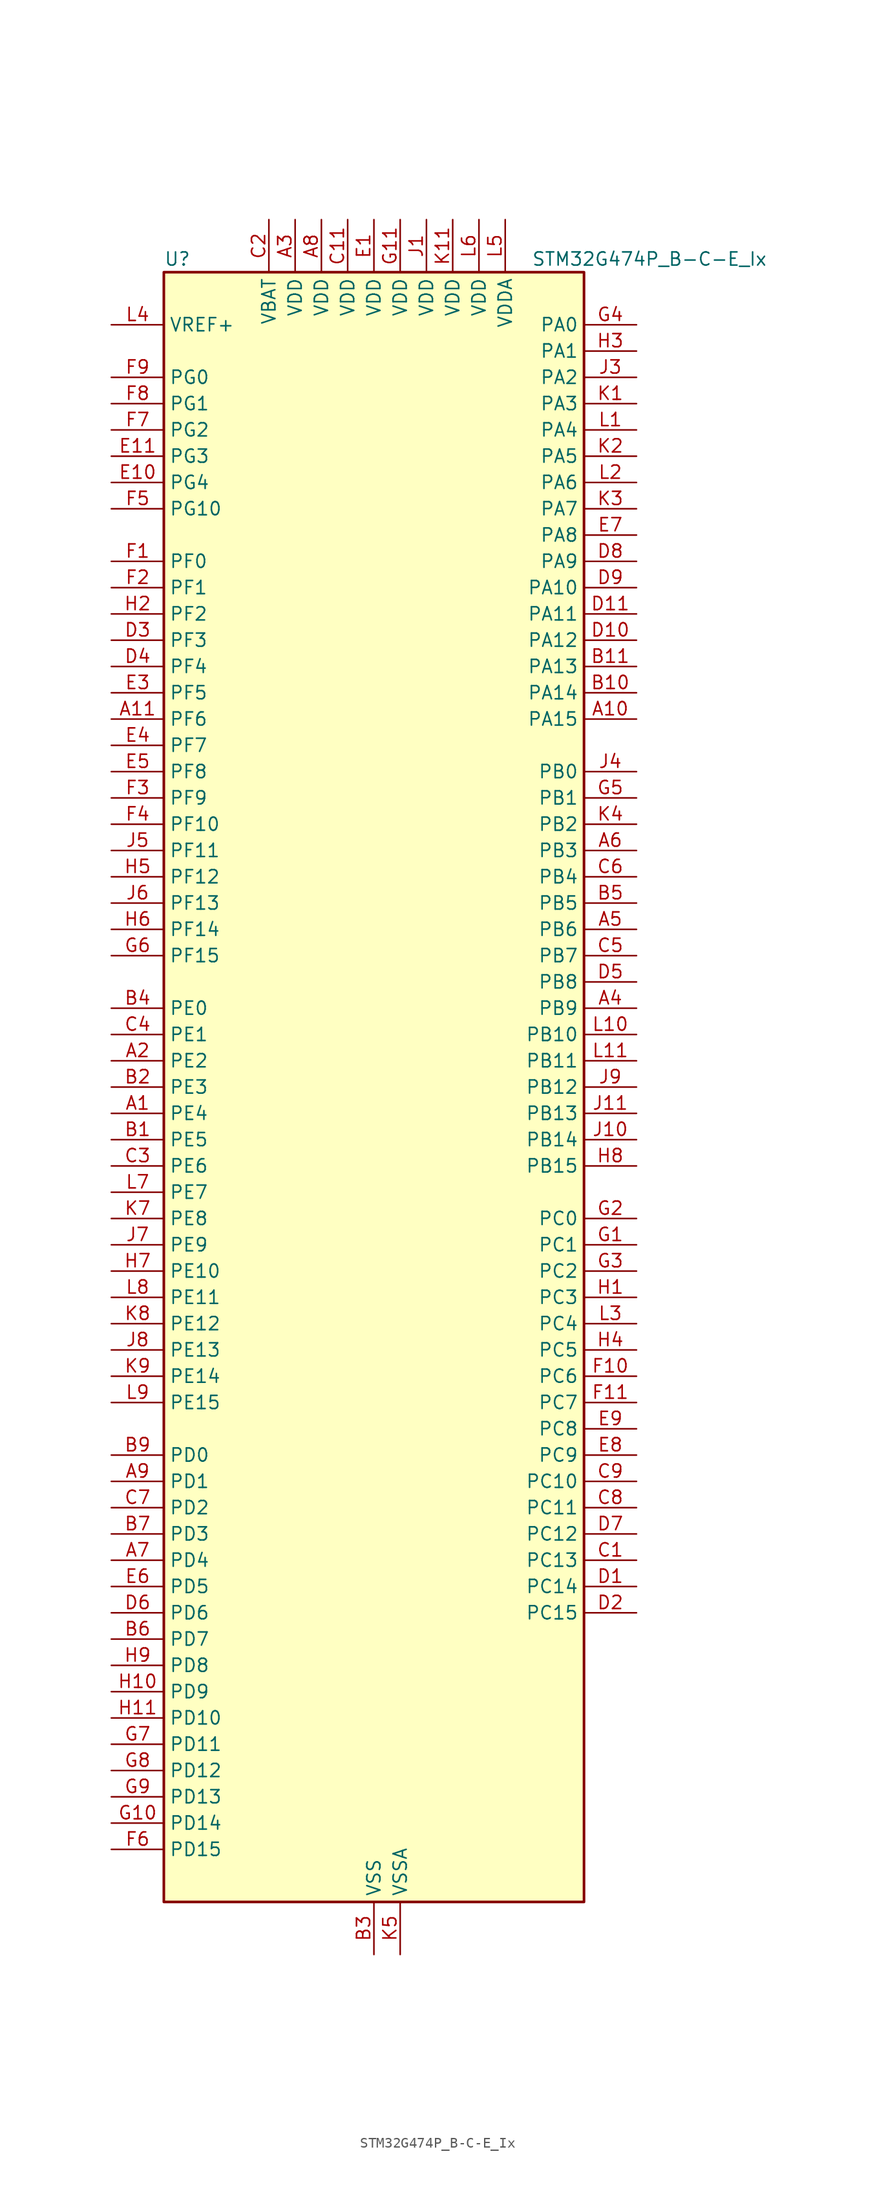
<source format=kicad_sym>
(kicad_symbol_lib
  (version 20241209)
  (generator "kicad_symbol_editor")
  (generator_version "9.0")
  (symbol "STM32G474P_B-C-E_Ix"
    (property "Reference" "U"
      (at -20.32 80.01 0)
      (effects (font (size 1.27 1.27)) (justify left)))
    (property "Value" "STM32G474P_B-C-E_Ix"
      (at 15.24 80.01 0)
      (effects (font (size 1.27 1.27)) (justify left)))
    (symbol "STM32G474P_B-C-E_Ix_0_1"
      (rectangle (start -20.32 -78.74) (end 20.32 78.74) (stroke (width 0.254) (type default)) (fill (type background))))
    (symbol "STM32G474P_B-C-E_Ix_1_1"
      (pin input line (at -25.4 73.66 0) (length 5.08) (name "VREF+" (effects (font (size 1.27 1.27)))) (number "L4" (effects (font (size 1.27 1.27)))) (alternate "VREFBUF_OUT" bidirectional line))
      (pin bidirectional line (at -25.4 68.58 0) (length 5.08) (name "PG0" (effects (font (size 1.27 1.27)))) (number "F9" (effects (font (size 1.27 1.27)))) (alternate "FMC_A10" bidirectional line) (alternate "TIM20_CH1N" bidirectional line))
      (pin bidirectional line (at -25.4 66.04 0) (length 5.08) (name "PG1" (effects (font (size 1.27 1.27)))) (number "F8" (effects (font (size 1.27 1.27)))) (alternate "FMC_A11" bidirectional line) (alternate "TIM20_CH2N" bidirectional line))
      (pin bidirectional line (at -25.4 63.5 0) (length 5.08) (name "PG2" (effects (font (size 1.27 1.27)))) (number "F7" (effects (font (size 1.27 1.27)))) (alternate "ADC3_EXTI2" bidirectional line) (alternate "ADC4_EXTI2" bidirectional line) (alternate "ADC5_EXTI2" bidirectional line) (alternate "FMC_A12" bidirectional line) (alternate "SPI1_SCK" bidirectional line) (alternate "TIM20_CH3N" bidirectional line))
      (pin bidirectional line (at -25.4 60.96 0) (length 5.08) (name "PG3" (effects (font (size 1.27 1.27)))) (number "E11" (effects (font (size 1.27 1.27)))) (alternate "ADC3_EXTI3" bidirectional line) (alternate "ADC4_EXTI3" bidirectional line) (alternate "ADC5_EXTI3" bidirectional line) (alternate "FMC_A13" bidirectional line) (alternate "I2C4_SCL" bidirectional line) (alternate "SPI1_MISO" bidirectional line) (alternate "TIM20_BKIN" bidirectional line) (alternate "TIM20_CH4N" bidirectional line))
      (pin bidirectional line (at -25.4 58.42 0) (length 5.08) (name "PG4" (effects (font (size 1.27 1.27)))) (number "E10" (effects (font (size 1.27 1.27)))) (alternate "FMC_A14" bidirectional line) (alternate "I2C4_SDA" bidirectional line) (alternate "SPI1_MOSI" bidirectional line) (alternate "TIM20_BKIN2" bidirectional line))
      (pin bidirectional line (at -25.4 55.88 0) (length 5.08) (name "PG10" (effects (font (size 1.27 1.27)))) (number "F5" (effects (font (size 1.27 1.27)))) (alternate "DAC1_EXTI10" bidirectional line) (alternate "DAC2_EXTI10" bidirectional line) (alternate "DAC3_EXTI10" bidirectional line) (alternate "DAC4_EXTI10" bidirectional line) (alternate "RCC_MCO" bidirectional line))
      (pin bidirectional line (at -25.4 50.8 0) (length 5.08) (name "PF0" (effects (font (size 1.27 1.27)))) (number "F1" (effects (font (size 1.27 1.27)))) (alternate "ADC1_IN10" bidirectional line) (alternate "I2C2_SDA" bidirectional line) (alternate "I2S2_WS" bidirectional line) (alternate "RCC_OSC_IN" bidirectional line) (alternate "SPI2_NSS" bidirectional line) (alternate "TIM1_CH3N" bidirectional line))
      (pin bidirectional line (at -25.4 48.26 0) (length 5.08) (name "PF1" (effects (font (size 1.27 1.27)))) (number "F2" (effects (font (size 1.27 1.27)))) (alternate "ADC2_IN10" bidirectional line) (alternate "COMP3_INM" bidirectional line) (alternate "I2S2_CK" bidirectional line) (alternate "RCC_OSC_OUT" bidirectional line) (alternate "SPI2_SCK" bidirectional line))
      (pin bidirectional line (at -25.4 45.72 0) (length 5.08) (name "PF2" (effects (font (size 1.27 1.27)))) (number "H2" (effects (font (size 1.27 1.27)))) (alternate "ADC3_EXTI2" bidirectional line) (alternate "ADC4_EXTI2" bidirectional line) (alternate "ADC5_EXTI2" bidirectional line) (alternate "FMC_A2" bidirectional line) (alternate "I2C2_SMBA" bidirectional line) (alternate "TIM20_CH3" bidirectional line))
      (pin bidirectional line (at -25.4 43.18 0) (length 5.08) (name "PF3" (effects (font (size 1.27 1.27)))) (number "D3" (effects (font (size 1.27 1.27)))) (alternate "ADC3_EXTI3" bidirectional line) (alternate "ADC4_EXTI3" bidirectional line) (alternate "ADC5_EXTI3" bidirectional line) (alternate "FMC_A3" bidirectional line) (alternate "I2C3_SCL" bidirectional line) (alternate "TIM20_CH4" bidirectional line))
      (pin bidirectional line (at -25.4 40.64 0) (length 5.08) (name "PF4" (effects (font (size 1.27 1.27)))) (number "D4" (effects (font (size 1.27 1.27)))) (alternate "COMP1_OUT" bidirectional line) (alternate "FMC_A4" bidirectional line) (alternate "I2C3_SDA" bidirectional line) (alternate "TIM20_CH1N" bidirectional line))
      (pin bidirectional line (at -25.4 38.1 0) (length 5.08) (name "PF5" (effects (font (size 1.27 1.27)))) (number "E3" (effects (font (size 1.27 1.27)))) (alternate "FMC_A5" bidirectional line) (alternate "TIM20_CH2N" bidirectional line))
      (pin bidirectional line (at -25.4 35.56 0) (length 5.08) (name "PF6" (effects (font (size 1.27 1.27)))) (number "A11" (effects (font (size 1.27 1.27)))) (alternate "I2C2_SCL" bidirectional line) (alternate "QUADSPI1_BK1_IO3" bidirectional line) (alternate "SAI1_SD_B" bidirectional line) (alternate "TIM4_CH4" bidirectional line) (alternate "TIM5_CH1" bidirectional line) (alternate "TIM5_ETR" bidirectional line) (alternate "USART3_RTS" bidirectional line))
      (pin bidirectional line (at -25.4 33.02 0) (length 5.08) (name "PF7" (effects (font (size 1.27 1.27)))) (number "E4" (effects (font (size 1.27 1.27)))) (alternate "FMC_A1" bidirectional line) (alternate "QUADSPI1_BK1_IO2" bidirectional line) (alternate "SAI1_MCLK_B" bidirectional line) (alternate "TIM20_BKIN" bidirectional line) (alternate "TIM5_CH2" bidirectional line))
      (pin bidirectional line (at -25.4 30.48 0) (length 5.08) (name "PF8" (effects (font (size 1.27 1.27)))) (number "E5" (effects (font (size 1.27 1.27)))) (alternate "FMC_A24" bidirectional line) (alternate "QUADSPI1_BK1_IO0" bidirectional line) (alternate "SAI1_SCK_B" bidirectional line) (alternate "TIM20_BKIN2" bidirectional line) (alternate "TIM5_CH3" bidirectional line))
      (pin bidirectional line (at -25.4 27.94 0) (length 5.08) (name "PF9" (effects (font (size 1.27 1.27)))) (number "F3" (effects (font (size 1.27 1.27)))) (alternate "DAC1_EXTI9" bidirectional line) (alternate "DAC2_EXTI9" bidirectional line) (alternate "DAC3_EXTI9" bidirectional line) (alternate "DAC4_EXTI9" bidirectional line) (alternate "FMC_A25" bidirectional line) (alternate "QUADSPI1_BK1_IO1" bidirectional line) (alternate "SAI1_FS_B" bidirectional line) (alternate "SPI2_SCK" bidirectional line) (alternate "TIM15_CH1" bidirectional line) (alternate "TIM20_BKIN" bidirectional line) (alternate "TIM5_CH4" bidirectional line))
      (pin bidirectional line (at -25.4 25.4 0) (length 5.08) (name "PF10" (effects (font (size 1.27 1.27)))) (number "F4" (effects (font (size 1.27 1.27)))) (alternate "DAC1_EXTI10" bidirectional line) (alternate "DAC2_EXTI10" bidirectional line) (alternate "DAC3_EXTI10" bidirectional line) (alternate "DAC4_EXTI10" bidirectional line) (alternate "FMC_A0" bidirectional line) (alternate "QUADSPI1_CLK" bidirectional line) (alternate "SAI1_D3" bidirectional line) (alternate "SPI2_SCK" bidirectional line) (alternate "TIM15_CH2" bidirectional line) (alternate "TIM20_BKIN2" bidirectional line))
      (pin bidirectional line (at -25.4 22.86 0) (length 5.08) (name "PF11" (effects (font (size 1.27 1.27)))) (number "J5" (effects (font (size 1.27 1.27)))) (alternate "ADC1_EXTI11" bidirectional line) (alternate "ADC2_EXTI11" bidirectional line) (alternate "FMC_NE4" bidirectional line) (alternate "TIM20_ETR" bidirectional line))
      (pin bidirectional line (at -25.4 20.32 0) (length 5.08) (name "PF12" (effects (font (size 1.27 1.27)))) (number "H5" (effects (font (size 1.27 1.27)))) (alternate "FMC_A6" bidirectional line) (alternate "TIM20_CH1" bidirectional line))
      (pin bidirectional line (at -25.4 17.78 0) (length 5.08) (name "PF13" (effects (font (size 1.27 1.27)))) (number "J6" (effects (font (size 1.27 1.27)))) (alternate "FMC_A7" bidirectional line) (alternate "I2C4_SMBA" bidirectional line) (alternate "TIM20_CH2" bidirectional line))
      (pin bidirectional line (at -25.4 15.24 0) (length 5.08) (name "PF14" (effects (font (size 1.27 1.27)))) (number "H6" (effects (font (size 1.27 1.27)))) (alternate "FMC_A8" bidirectional line) (alternate "I2C4_SCL" bidirectional line) (alternate "TIM20_CH3" bidirectional line))
      (pin bidirectional line (at -25.4 12.7 0) (length 5.08) (name "PF15" (effects (font (size 1.27 1.27)))) (number "G6" (effects (font (size 1.27 1.27)))) (alternate "ADC1_EXTI15" bidirectional line) (alternate "ADC2_EXTI15" bidirectional line) (alternate "FMC_A9" bidirectional line) (alternate "I2C4_SDA" bidirectional line) (alternate "TIM20_CH4" bidirectional line))
      (pin bidirectional line (at -25.4 7.62 0) (length 5.08) (name "PE0" (effects (font (size 1.27 1.27)))) (number "B4" (effects (font (size 1.27 1.27)))) (alternate "FMC_NBL0" bidirectional line) (alternate "TIM16_CH1" bidirectional line) (alternate "TIM20_CH4N" bidirectional line) (alternate "TIM20_ETR" bidirectional line) (alternate "TIM4_ETR" bidirectional line) (alternate "USART1_TX" bidirectional line))
      (pin bidirectional line (at -25.4 5.08 0) (length 5.08) (name "PE1" (effects (font (size 1.27 1.27)))) (number "C4" (effects (font (size 1.27 1.27)))) (alternate "FMC_NBL1" bidirectional line) (alternate "TIM17_CH1" bidirectional line) (alternate "TIM20_CH4" bidirectional line) (alternate "USART1_RX" bidirectional line))
      (pin bidirectional line (at -25.4 2.54 0) (length 5.08) (name "PE2" (effects (font (size 1.27 1.27)))) (number "A2" (effects (font (size 1.27 1.27)))) (alternate "ADC3_EXTI2" bidirectional line) (alternate "ADC4_EXTI2" bidirectional line) (alternate "ADC5_EXTI2" bidirectional line) (alternate "FMC_A23" bidirectional line) (alternate "SAI1_CK1" bidirectional line) (alternate "SAI1_MCLK_A" bidirectional line) (alternate "SPI4_SCK" bidirectional line) (alternate "SYS_TRACECLK" bidirectional line) (alternate "TIM20_CH1" bidirectional line) (alternate "TIM3_CH1" bidirectional line))
      (pin bidirectional line (at -25.4 0 0) (length 5.08) (name "PE3" (effects (font (size 1.27 1.27)))) (number "B2" (effects (font (size 1.27 1.27)))) (alternate "ADC3_EXTI3" bidirectional line) (alternate "ADC4_EXTI3" bidirectional line) (alternate "ADC5_EXTI3" bidirectional line) (alternate "FMC_A19" bidirectional line) (alternate "SAI1_SD_B" bidirectional line) (alternate "SPI4_NSS" bidirectional line) (alternate "SYS_TRACED0" bidirectional line) (alternate "TIM20_CH2" bidirectional line) (alternate "TIM3_CH2" bidirectional line))
      (pin bidirectional line (at -25.4 -2.54 0) (length 5.08) (name "PE4" (effects (font (size 1.27 1.27)))) (number "A1" (effects (font (size 1.27 1.27)))) (alternate "FMC_A20" bidirectional line) (alternate "SAI1_D2" bidirectional line) (alternate "SAI1_FS_A" bidirectional line) (alternate "SPI4_NSS" bidirectional line) (alternate "SYS_TRACED1" bidirectional line) (alternate "TIM20_CH1N" bidirectional line) (alternate "TIM3_CH3" bidirectional line))
      (pin bidirectional line (at -25.4 -5.08 0) (length 5.08) (name "PE5" (effects (font (size 1.27 1.27)))) (number "B1" (effects (font (size 1.27 1.27)))) (alternate "FMC_A21" bidirectional line) (alternate "SAI1_CK2" bidirectional line) (alternate "SAI1_SCK_A" bidirectional line) (alternate "SPI4_MISO" bidirectional line) (alternate "SYS_TRACED2" bidirectional line) (alternate "TIM20_CH2N" bidirectional line) (alternate "TIM3_CH4" bidirectional line))
      (pin bidirectional line (at -25.4 -7.62 0) (length 5.08) (name "PE6" (effects (font (size 1.27 1.27)))) (number "C3" (effects (font (size 1.27 1.27)))) (alternate "FMC_A22" bidirectional line) (alternate "RTC_TAMP3" bidirectional line) (alternate "SAI1_D1" bidirectional line) (alternate "SAI1_SD_A" bidirectional line) (alternate "SPI4_MOSI" bidirectional line) (alternate "SYS_TRACED3" bidirectional line) (alternate "SYS_WKUP3" bidirectional line) (alternate "TIM20_CH3N" bidirectional line))
      (pin bidirectional line (at -25.4 -10.16 0) (length 5.08) (name "PE7" (effects (font (size 1.27 1.27)))) (number "L7" (effects (font (size 1.27 1.27)))) (alternate "ADC3_IN4" bidirectional line) (alternate "COMP4_INP" bidirectional line) (alternate "FMC_D4" bidirectional line) (alternate "FMC_DA4" bidirectional line) (alternate "SAI1_SD_B" bidirectional line) (alternate "TIM1_ETR" bidirectional line))
      (pin bidirectional line (at -25.4 -12.7 0) (length 5.08) (name "PE8" (effects (font (size 1.27 1.27)))) (number "K7" (effects (font (size 1.27 1.27)))) (alternate "ADC3_IN6" bidirectional line) (alternate "ADC4_IN6" bidirectional line) (alternate "ADC5_IN6" bidirectional line) (alternate "COMP4_INM" bidirectional line) (alternate "FMC_D5" bidirectional line) (alternate "FMC_DA5" bidirectional line) (alternate "SAI1_SCK_B" bidirectional line) (alternate "TIM1_CH1N" bidirectional line) (alternate "TIM5_CH3" bidirectional line))
      (pin bidirectional line (at -25.4 -15.24 0) (length 5.08) (name "PE9" (effects (font (size 1.27 1.27)))) (number "J7" (effects (font (size 1.27 1.27)))) (alternate "ADC3_IN2" bidirectional line) (alternate "DAC1_EXTI9" bidirectional line) (alternate "DAC2_EXTI9" bidirectional line) (alternate "DAC3_EXTI9" bidirectional line) (alternate "DAC4_EXTI9" bidirectional line) (alternate "FMC_D6" bidirectional line) (alternate "FMC_DA6" bidirectional line) (alternate "SAI1_FS_B" bidirectional line) (alternate "TIM1_CH1" bidirectional line) (alternate "TIM5_CH4" bidirectional line))
      (pin bidirectional line (at -25.4 -17.78 0) (length 5.08) (name "PE10" (effects (font (size 1.27 1.27)))) (number "H7" (effects (font (size 1.27 1.27)))) (alternate "ADC3_IN14" bidirectional line) (alternate "ADC4_IN14" bidirectional line) (alternate "ADC5_IN14" bidirectional line) (alternate "DAC1_EXTI10" bidirectional line) (alternate "DAC2_EXTI10" bidirectional line) (alternate "DAC3_EXTI10" bidirectional line) (alternate "DAC4_EXTI10" bidirectional line) (alternate "FMC_D7" bidirectional line) (alternate "FMC_DA7" bidirectional line) (alternate "QUADSPI1_CLK" bidirectional line) (alternate "SAI1_MCLK_B" bidirectional line) (alternate "TIM1_CH2N" bidirectional line))
      (pin bidirectional line (at -25.4 -20.32 0) (length 5.08) (name "PE11" (effects (font (size 1.27 1.27)))) (number "L8" (effects (font (size 1.27 1.27)))) (alternate "ADC1_EXTI11" bidirectional line) (alternate "ADC2_EXTI11" bidirectional line) (alternate "ADC3_IN15" bidirectional line) (alternate "ADC4_IN15" bidirectional line) (alternate "ADC5_IN15" bidirectional line) (alternate "FMC_D8" bidirectional line) (alternate "FMC_DA8" bidirectional line) (alternate "QUADSPI1_BK1_NCS" bidirectional line) (alternate "SPI4_NSS" bidirectional line) (alternate "TIM1_CH2" bidirectional line))
      (pin bidirectional line (at -25.4 -22.86 0) (length 5.08) (name "PE12" (effects (font (size 1.27 1.27)))) (number "K8" (effects (font (size 1.27 1.27)))) (alternate "ADC3_IN16" bidirectional line) (alternate "ADC4_IN16" bidirectional line) (alternate "ADC5_IN16" bidirectional line) (alternate "FMC_D9" bidirectional line) (alternate "FMC_DA9" bidirectional line) (alternate "QUADSPI1_BK1_IO0" bidirectional line) (alternate "SPI4_SCK" bidirectional line) (alternate "TIM1_CH3N" bidirectional line))
      (pin bidirectional line (at -25.4 -25.4 0) (length 5.08) (name "PE13" (effects (font (size 1.27 1.27)))) (number "J8" (effects (font (size 1.27 1.27)))) (alternate "ADC3_IN3" bidirectional line) (alternate "FMC_D10" bidirectional line) (alternate "FMC_DA10" bidirectional line) (alternate "QUADSPI1_BK1_IO1" bidirectional line) (alternate "SPI4_MISO" bidirectional line) (alternate "TIM1_CH3" bidirectional line))
      (pin bidirectional line (at -25.4 -27.94 0) (length 5.08) (name "PE14" (effects (font (size 1.27 1.27)))) (number "K9" (effects (font (size 1.27 1.27)))) (alternate "ADC4_IN1" bidirectional line) (alternate "FMC_D11" bidirectional line) (alternate "FMC_DA11" bidirectional line) (alternate "QUADSPI1_BK1_IO2" bidirectional line) (alternate "SPI4_MOSI" bidirectional line) (alternate "TIM1_BKIN2" bidirectional line) (alternate "TIM1_CH4" bidirectional line))
      (pin bidirectional line (at -25.4 -30.48 0) (length 5.08) (name "PE15" (effects (font (size 1.27 1.27)))) (number "L9" (effects (font (size 1.27 1.27)))) (alternate "ADC1_EXTI15" bidirectional line) (alternate "ADC2_EXTI15" bidirectional line) (alternate "ADC4_IN2" bidirectional line) (alternate "FMC_D12" bidirectional line) (alternate "FMC_DA12" bidirectional line) (alternate "QUADSPI1_BK1_IO3" bidirectional line) (alternate "TIM1_BKIN" bidirectional line) (alternate "TIM1_CH4N" bidirectional line) (alternate "USART3_RX" bidirectional line))
      (pin bidirectional line (at -25.4 -35.56 0) (length 5.08) (name "PD0" (effects (font (size 1.27 1.27)))) (number "B9" (effects (font (size 1.27 1.27)))) (alternate "FDCAN1_RX" bidirectional line) (alternate "FMC_D2" bidirectional line) (alternate "FMC_DA2" bidirectional line) (alternate "TIM8_CH4N" bidirectional line))
      (pin bidirectional line (at -25.4 -38.1 0) (length 5.08) (name "PD1" (effects (font (size 1.27 1.27)))) (number "A9" (effects (font (size 1.27 1.27)))) (alternate "FDCAN1_TX" bidirectional line) (alternate "FMC_D3" bidirectional line) (alternate "FMC_DA3" bidirectional line) (alternate "TIM8_BKIN2" bidirectional line) (alternate "TIM8_CH4" bidirectional line))
      (pin bidirectional line (at -25.4 -40.64 0) (length 5.08) (name "PD2" (effects (font (size 1.27 1.27)))) (number "C7" (effects (font (size 1.27 1.27)))) (alternate "ADC3_EXTI2" bidirectional line) (alternate "ADC4_EXTI2" bidirectional line) (alternate "ADC5_EXTI2" bidirectional line) (alternate "TIM3_ETR" bidirectional line) (alternate "TIM8_BKIN" bidirectional line) (alternate "UART5_RX" bidirectional line))
      (pin bidirectional line (at -25.4 -43.18 0) (length 5.08) (name "PD3" (effects (font (size 1.27 1.27)))) (number "B7" (effects (font (size 1.27 1.27)))) (alternate "ADC3_EXTI3" bidirectional line) (alternate "ADC4_EXTI3" bidirectional line) (alternate "ADC5_EXTI3" bidirectional line) (alternate "FMC_CLK" bidirectional line) (alternate "QUADSPI1_BK2_NCS" bidirectional line) (alternate "TIM2_CH1" bidirectional line) (alternate "TIM2_ETR" bidirectional line) (alternate "USART2_CTS" bidirectional line) (alternate "USART2_NSS" bidirectional line))
      (pin bidirectional line (at -25.4 -45.72 0) (length 5.08) (name "PD4" (effects (font (size 1.27 1.27)))) (number "A7" (effects (font (size 1.27 1.27)))) (alternate "FMC_NOE" bidirectional line) (alternate "QUADSPI1_BK2_IO0" bidirectional line) (alternate "TIM2_CH2" bidirectional line) (alternate "USART2_DE" bidirectional line) (alternate "USART2_RTS" bidirectional line))
      (pin bidirectional line (at -25.4 -48.26 0) (length 5.08) (name "PD5" (effects (font (size 1.27 1.27)))) (number "E6" (effects (font (size 1.27 1.27)))) (alternate "FMC_NWE" bidirectional line) (alternate "QUADSPI1_BK2_IO1" bidirectional line) (alternate "USART2_TX" bidirectional line))
      (pin bidirectional line (at -25.4 -50.8 0) (length 5.08) (name "PD6" (effects (font (size 1.27 1.27)))) (number "D6" (effects (font (size 1.27 1.27)))) (alternate "FMC_NWAIT" bidirectional line) (alternate "QUADSPI1_BK2_IO2" bidirectional line) (alternate "SAI1_D1" bidirectional line) (alternate "SAI1_SD_A" bidirectional line) (alternate "TIM2_CH4" bidirectional line) (alternate "USART2_RX" bidirectional line))
      (pin bidirectional line (at -25.4 -53.34 0) (length 5.08) (name "PD7" (effects (font (size 1.27 1.27)))) (number "B6" (effects (font (size 1.27 1.27)))) (alternate "FMC_NCE" bidirectional line) (alternate "FMC_NE1" bidirectional line) (alternate "QUADSPI1_BK2_IO3" bidirectional line) (alternate "TIM2_CH3" bidirectional line) (alternate "USART2_CK" bidirectional line))
      (pin bidirectional line (at -25.4 -55.88 0) (length 5.08) (name "PD8" (effects (font (size 1.27 1.27)))) (number "H9" (effects (font (size 1.27 1.27)))) (alternate "ADC4_IN12" bidirectional line) (alternate "ADC5_IN12" bidirectional line) (alternate "FMC_D13" bidirectional line) (alternate "FMC_DA13" bidirectional line) (alternate "OPAMP4_VINM" bidirectional line) (alternate "OPAMP4_VINM1" bidirectional line) (alternate "OPAMP4_VINM_SEC" bidirectional line) (alternate "USART3_TX" bidirectional line))
      (pin bidirectional line (at -25.4 -58.42 0) (length 5.08) (name "PD9" (effects (font (size 1.27 1.27)))) (number "H10" (effects (font (size 1.27 1.27)))) (alternate "ADC4_IN13" bidirectional line) (alternate "ADC5_IN13" bidirectional line) (alternate "DAC1_EXTI9" bidirectional line) (alternate "DAC2_EXTI9" bidirectional line) (alternate "DAC3_EXTI9" bidirectional line) (alternate "DAC4_EXTI9" bidirectional line) (alternate "FMC_D14" bidirectional line) (alternate "FMC_DA14" bidirectional line) (alternate "OPAMP6_VINP" bidirectional line) (alternate "OPAMP6_VINP_SEC" bidirectional line) (alternate "USART3_RX" bidirectional line))
      (pin bidirectional line (at -25.4 -60.96 0) (length 5.08) (name "PD10" (effects (font (size 1.27 1.27)))) (number "H11" (effects (font (size 1.27 1.27)))) (alternate "ADC3_IN7" bidirectional line) (alternate "ADC4_IN7" bidirectional line) (alternate "ADC5_IN7" bidirectional line) (alternate "COMP6_INM" bidirectional line) (alternate "DAC1_EXTI10" bidirectional line) (alternate "DAC2_EXTI10" bidirectional line) (alternate "DAC3_EXTI10" bidirectional line) (alternate "DAC4_EXTI10" bidirectional line) (alternate "FMC_D15" bidirectional line) (alternate "FMC_DA15" bidirectional line) (alternate "USART3_CK" bidirectional line))
      (pin bidirectional line (at -25.4 -63.5 0) (length 5.08) (name "PD11" (effects (font (size 1.27 1.27)))) (number "G7" (effects (font (size 1.27 1.27)))) (alternate "ADC1_EXTI11" bidirectional line) (alternate "ADC2_EXTI11" bidirectional line) (alternate "ADC3_IN8" bidirectional line) (alternate "ADC4_IN8" bidirectional line) (alternate "ADC5_IN8" bidirectional line) (alternate "COMP6_INP" bidirectional line) (alternate "FMC_A16" bidirectional line) (alternate "FMC_CLE" bidirectional line) (alternate "I2C4_SMBA" bidirectional line) (alternate "OPAMP4_VINP" bidirectional line) (alternate "OPAMP4_VINP_SEC" bidirectional line) (alternate "TIM5_ETR" bidirectional line) (alternate "USART3_CTS" bidirectional line) (alternate "USART3_NSS" bidirectional line))
      (pin bidirectional line (at -25.4 -66.04 0) (length 5.08) (name "PD12" (effects (font (size 1.27 1.27)))) (number "G8" (effects (font (size 1.27 1.27)))) (alternate "ADC3_IN9" bidirectional line) (alternate "ADC4_IN9" bidirectional line) (alternate "ADC5_IN9" bidirectional line) (alternate "COMP5_INP" bidirectional line) (alternate "FMC_A17" bidirectional line) (alternate "FMC_ALE" bidirectional line) (alternate "OPAMP5_VINP" bidirectional line) (alternate "OPAMP5_VINP_SEC" bidirectional line) (alternate "TIM4_CH1" bidirectional line) (alternate "USART3_DE" bidirectional line) (alternate "USART3_RTS" bidirectional line))
      (pin bidirectional line (at -25.4 -68.58 0) (length 5.08) (name "PD13" (effects (font (size 1.27 1.27)))) (number "G9" (effects (font (size 1.27 1.27)))) (alternate "ADC3_IN10" bidirectional line) (alternate "ADC4_IN10" bidirectional line) (alternate "ADC5_IN10" bidirectional line) (alternate "COMP5_INM" bidirectional line) (alternate "FMC_A18" bidirectional line) (alternate "TIM4_CH2" bidirectional line))
      (pin bidirectional line (at -25.4 -71.12 0) (length 5.08) (name "PD14" (effects (font (size 1.27 1.27)))) (number "G10" (effects (font (size 1.27 1.27)))) (alternate "ADC3_IN11" bidirectional line) (alternate "ADC4_IN11" bidirectional line) (alternate "ADC5_IN11" bidirectional line) (alternate "COMP7_INP" bidirectional line) (alternate "FMC_D0" bidirectional line) (alternate "FMC_DA0" bidirectional line) (alternate "OPAMP2_VINP" bidirectional line) (alternate "OPAMP2_VINP_SEC" bidirectional line) (alternate "TIM4_CH3" bidirectional line))
      (pin bidirectional line (at -25.4 -73.66 0) (length 5.08) (name "PD15" (effects (font (size 1.27 1.27)))) (number "F6" (effects (font (size 1.27 1.27)))) (alternate "ADC1_EXTI15" bidirectional line) (alternate "ADC2_EXTI15" bidirectional line) (alternate "COMP7_INM" bidirectional line) (alternate "FMC_D1" bidirectional line) (alternate "FMC_DA1" bidirectional line) (alternate "SPI2_NSS" bidirectional line) (alternate "TIM4_CH4" bidirectional line))
      (pin power_in line (at -10.16 83.82 270) (length 5.08) (name "VBAT" (effects (font (size 1.27 1.27)))) (number "C2" (effects (font (size 1.27 1.27)))))
      (pin power_in line (at -7.62 83.82 270) (length 5.08) (name "VDD" (effects (font (size 1.27 1.27)))) (number "A3" (effects (font (size 1.27 1.27)))))
      (pin power_in line (at -5.08 83.82 270) (length 5.08) (name "VDD" (effects (font (size 1.27 1.27)))) (number "A8" (effects (font (size 1.27 1.27)))))
      (pin power_in line (at -2.54 83.82 270) (length 5.08) (name "VDD" (effects (font (size 1.27 1.27)))) (number "C11" (effects (font (size 1.27 1.27)))))
      (pin power_in line (at 0 83.82 270) (length 5.08) (name "VDD" (effects (font (size 1.27 1.27)))) (number "E1" (effects (font (size 1.27 1.27)))))
      (pin power_in line (at 0 -83.82 90) (length 5.08) (name "VSS" (effects (font (size 1.27 1.27)))) (number "B3" (effects (font (size 1.27 1.27)))))
      (pin passive line (at 0 -83.82 90) (length 5.08) (hide yes) (name "VSS" (effects (font (size 1.27 1.27)))) (number "B8" (effects (font (size 1.27 1.27)))))
      (pin passive line (at 0 -83.82 90) (length 5.08) (hide yes) (name "VSS" (effects (font (size 1.27 1.27)))) (number "C10" (effects (font (size 1.27 1.27)))))
      (pin passive line (at 0 -83.82 90) (length 5.08) (hide yes) (name "VSS" (effects (font (size 1.27 1.27)))) (number "E2" (effects (font (size 1.27 1.27)))))
      (pin passive line (at 0 -83.82 90) (length 5.08) (hide yes) (name "VSS" (effects (font (size 1.27 1.27)))) (number "J2" (effects (font (size 1.27 1.27)))))
      (pin passive line (at 0 -83.82 90) (length 5.08) (hide yes) (name "VSS" (effects (font (size 1.27 1.27)))) (number "K10" (effects (font (size 1.27 1.27)))))
      (pin passive line (at 0 -83.82 90) (length 5.08) (hide yes) (name "VSS" (effects (font (size 1.27 1.27)))) (number "K6" (effects (font (size 1.27 1.27)))))
      (pin power_in line (at 2.54 83.82 270) (length 5.08) (name "VDD" (effects (font (size 1.27 1.27)))) (number "G11" (effects (font (size 1.27 1.27)))))
      (pin power_in line (at 2.54 -83.82 90) (length 5.08) (name "VSSA" (effects (font (size 1.27 1.27)))) (number "K5" (effects (font (size 1.27 1.27)))))
      (pin power_in line (at 5.08 83.82 270) (length 5.08) (name "VDD" (effects (font (size 1.27 1.27)))) (number "J1" (effects (font (size 1.27 1.27)))))
      (pin power_in line (at 7.62 83.82 270) (length 5.08) (name "VDD" (effects (font (size 1.27 1.27)))) (number "K11" (effects (font (size 1.27 1.27)))))
      (pin power_in line (at 10.16 83.82 270) (length 5.08) (name "VDD" (effects (font (size 1.27 1.27)))) (number "L6" (effects (font (size 1.27 1.27)))))
      (pin power_in line (at 12.7 83.82 270) (length 5.08) (name "VDDA" (effects (font (size 1.27 1.27)))) (number "L5" (effects (font (size 1.27 1.27)))))
      (pin bidirectional line (at 25.4 73.66 180) (length 5.08) (name "PA0" (effects (font (size 1.27 1.27)))) (number "G4" (effects (font (size 1.27 1.27)))) (alternate "ADC1_IN1" bidirectional line) (alternate "ADC2_IN1" bidirectional line) (alternate "COMP1_INM" bidirectional line) (alternate "COMP1_OUT" bidirectional line) (alternate "COMP3_INP" bidirectional line) (alternate "RTC_TAMP2" bidirectional line) (alternate "SYS_WKUP1" bidirectional line) (alternate "TIM2_CH1" bidirectional line) (alternate "TIM2_ETR" bidirectional line) (alternate "TIM5_CH1" bidirectional line) (alternate "TIM8_BKIN" bidirectional line) (alternate "TIM8_ETR" bidirectional line) (alternate "USART2_CTS" bidirectional line) (alternate "USART2_NSS" bidirectional line))
      (pin bidirectional line (at 25.4 71.12 180) (length 5.08) (name "PA1" (effects (font (size 1.27 1.27)))) (number "H3" (effects (font (size 1.27 1.27)))) (alternate "ADC1_IN2" bidirectional line) (alternate "ADC2_IN2" bidirectional line) (alternate "COMP1_INP" bidirectional line) (alternate "OPAMP1_VINP" bidirectional line) (alternate "OPAMP1_VINP_SEC" bidirectional line) (alternate "OPAMP3_VINP" bidirectional line) (alternate "OPAMP3_VINP_SEC" bidirectional line) (alternate "OPAMP6_VINM" bidirectional line) (alternate "OPAMP6_VINM0" bidirectional line) (alternate "OPAMP6_VINM_SEC" bidirectional line) (alternate "RTC_REFIN" bidirectional line) (alternate "TIM15_CH1N" bidirectional line) (alternate "TIM2_CH2" bidirectional line) (alternate "TIM5_CH2" bidirectional line) (alternate "USART2_DE" bidirectional line) (alternate "USART2_RTS" bidirectional line))
      (pin bidirectional line (at 25.4 68.58 180) (length 5.08) (name "PA2" (effects (font (size 1.27 1.27)))) (number "J3" (effects (font (size 1.27 1.27)))) (alternate "ADC1_IN3" bidirectional line) (alternate "ADC3_EXTI2" bidirectional line) (alternate "ADC4_EXTI2" bidirectional line) (alternate "ADC5_EXTI2" bidirectional line) (alternate "COMP2_INM" bidirectional line) (alternate "COMP2_OUT" bidirectional line) (alternate "LPUART1_TX" bidirectional line) (alternate "OPAMP1_VOUT" bidirectional line) (alternate "QUADSPI1_BK1_NCS" bidirectional line) (alternate "RCC_LSCO" bidirectional line) (alternate "SYS_WKUP4" bidirectional line) (alternate "TIM15_CH1" bidirectional line) (alternate "TIM2_CH3" bidirectional line) (alternate "TIM5_CH3" bidirectional line) (alternate "UCPD1_FRSTX1" bidirectional line) (alternate "UCPD1_FRSTX2" bidirectional line) (alternate "USART2_TX" bidirectional line))
      (pin bidirectional line (at 25.4 66.04 180) (length 5.08) (name "PA3" (effects (font (size 1.27 1.27)))) (number "K1" (effects (font (size 1.27 1.27)))) (alternate "ADC1_IN4" bidirectional line) (alternate "ADC3_EXTI3" bidirectional line) (alternate "ADC4_EXTI3" bidirectional line) (alternate "ADC5_EXTI3" bidirectional line) (alternate "COMP2_INP" bidirectional line) (alternate "LPUART1_RX" bidirectional line) (alternate "OPAMP1_VINM" bidirectional line) (alternate "OPAMP1_VINM0" bidirectional line) (alternate "OPAMP1_VINM_SEC" bidirectional line) (alternate "OPAMP1_VINP" bidirectional line) (alternate "OPAMP1_VINP_SEC" bidirectional line) (alternate "OPAMP5_VINM" bidirectional line) (alternate "OPAMP5_VINM1" bidirectional line) (alternate "OPAMP5_VINM_SEC" bidirectional line) (alternate "QUADSPI1_CLK" bidirectional line) (alternate "SAI1_CK1" bidirectional line) (alternate "SAI1_MCLK_A" bidirectional line) (alternate "TIM15_CH2" bidirectional line) (alternate "TIM2_CH4" bidirectional line) (alternate "TIM5_CH4" bidirectional line) (alternate "USART2_RX" bidirectional line))
      (pin bidirectional line (at 25.4 63.5 180) (length 5.08) (name "PA4" (effects (font (size 1.27 1.27)))) (number "L1" (effects (font (size 1.27 1.27)))) (alternate "ADC2_IN17" bidirectional line) (alternate "COMP1_INM" bidirectional line) (alternate "DAC1_OUT1" bidirectional line) (alternate "I2S3_WS" bidirectional line) (alternate "SAI1_FS_B" bidirectional line) (alternate "SPI1_NSS" bidirectional line) (alternate "SPI3_NSS" bidirectional line) (alternate "TIM3_CH2" bidirectional line) (alternate "USART2_CK" bidirectional line))
      (pin bidirectional line (at 25.4 60.96 180) (length 5.08) (name "PA5" (effects (font (size 1.27 1.27)))) (number "K2" (effects (font (size 1.27 1.27)))) (alternate "ADC2_IN13" bidirectional line) (alternate "COMP2_INM" bidirectional line) (alternate "DAC1_OUT2" bidirectional line) (alternate "OPAMP2_VINM" bidirectional line) (alternate "OPAMP2_VINM0" bidirectional line) (alternate "OPAMP2_VINM_SEC" bidirectional line) (alternate "SPI1_SCK" bidirectional line) (alternate "TIM2_CH1" bidirectional line) (alternate "TIM2_ETR" bidirectional line) (alternate "UCPD1_FRSTX1" bidirectional line) (alternate "UCPD1_FRSTX2" bidirectional line))
      (pin bidirectional line (at 25.4 58.42 180) (length 5.08) (name "PA6" (effects (font (size 1.27 1.27)))) (number "L2" (effects (font (size 1.27 1.27)))) (alternate "ADC2_IN3" bidirectional line) (alternate "COMP1_OUT" bidirectional line) (alternate "DAC2_OUT1" bidirectional line) (alternate "LPUART1_CTS" bidirectional line) (alternate "OPAMP2_VOUT" bidirectional line) (alternate "QUADSPI1_BK1_IO3" bidirectional line) (alternate "SPI1_MISO" bidirectional line) (alternate "TIM16_CH1" bidirectional line) (alternate "TIM1_BKIN" bidirectional line) (alternate "TIM3_CH1" bidirectional line) (alternate "TIM8_BKIN" bidirectional line))
      (pin bidirectional line (at 25.4 55.88 180) (length 5.08) (name "PA7" (effects (font (size 1.27 1.27)))) (number "K3" (effects (font (size 1.27 1.27)))) (alternate "ADC2_IN4" bidirectional line) (alternate "COMP2_INP" bidirectional line) (alternate "COMP2_OUT" bidirectional line) (alternate "OPAMP1_VINP" bidirectional line) (alternate "OPAMP1_VINP_SEC" bidirectional line) (alternate "OPAMP2_VINP" bidirectional line) (alternate "OPAMP2_VINP_SEC" bidirectional line) (alternate "QUADSPI1_BK1_IO2" bidirectional line) (alternate "SPI1_MOSI" bidirectional line) (alternate "TIM17_CH1" bidirectional line) (alternate "TIM1_CH1N" bidirectional line) (alternate "TIM3_CH2" bidirectional line) (alternate "TIM8_CH1N" bidirectional line) (alternate "UCPD1_FRSTX1" bidirectional line) (alternate "UCPD1_FRSTX2" bidirectional line))
      (pin bidirectional line (at 25.4 53.34 180) (length 5.08) (name "PA8" (effects (font (size 1.27 1.27)))) (number "E7" (effects (font (size 1.27 1.27)))) (alternate "ADC5_IN1" bidirectional line) (alternate "COMP7_OUT" bidirectional line) (alternate "FDCAN3_RX" bidirectional line) (alternate "HRTIM1_CHA1" bidirectional line) (alternate "I2C2_SDA" bidirectional line) (alternate "I2C3_SCL" bidirectional line) (alternate "I2S2_MCK" bidirectional line) (alternate "OPAMP5_VOUT" bidirectional line) (alternate "RCC_MCO" bidirectional line) (alternate "SAI1_CK2" bidirectional line) (alternate "SAI1_SCK_A" bidirectional line) (alternate "TIM1_CH1" bidirectional line) (alternate "TIM4_ETR" bidirectional line) (alternate "USART1_CK" bidirectional line))
      (pin bidirectional line (at 25.4 50.8 180) (length 5.08) (name "PA9" (effects (font (size 1.27 1.27)))) (number "D8" (effects (font (size 1.27 1.27)))) (alternate "ADC5_IN2" bidirectional line) (alternate "COMP5_OUT" bidirectional line) (alternate "DAC1_EXTI9" bidirectional line) (alternate "DAC2_EXTI9" bidirectional line) (alternate "DAC3_EXTI9" bidirectional line) (alternate "DAC4_EXTI9" bidirectional line) (alternate "HRTIM1_CHA2" bidirectional line) (alternate "I2C2_SCL" bidirectional line) (alternate "I2C3_SMBA" bidirectional line) (alternate "I2S3_MCK" bidirectional line) (alternate "SAI1_FS_A" bidirectional line) (alternate "TIM15_BKIN" bidirectional line) (alternate "TIM1_CH2" bidirectional line) (alternate "TIM2_CH3" bidirectional line) (alternate "UCPD1_DBCC1" bidirectional line) (alternate "USART1_TX" bidirectional line))
      (pin bidirectional line (at 25.4 48.26 180) (length 5.08) (name "PA10" (effects (font (size 1.27 1.27)))) (number "D9" (effects (font (size 1.27 1.27)))) (alternate "COMP6_OUT" bidirectional line) (alternate "CRS_SYNC" bidirectional line) (alternate "DAC1_EXTI10" bidirectional line) (alternate "DAC2_EXTI10" bidirectional line) (alternate "DAC3_EXTI10" bidirectional line) (alternate "DAC4_EXTI10" bidirectional line) (alternate "HRTIM1_CHB1" bidirectional line) (alternate "I2C2_SMBA" bidirectional line) (alternate "SAI1_D1" bidirectional line) (alternate "SAI1_SD_A" bidirectional line) (alternate "SPI2_MISO" bidirectional line) (alternate "TIM17_BKIN" bidirectional line) (alternate "TIM1_CH3" bidirectional line) (alternate "TIM2_CH4" bidirectional line) (alternate "TIM8_BKIN" bidirectional line) (alternate "UCPD1_DBCC2" bidirectional line) (alternate "USART1_RX" bidirectional line))
      (pin bidirectional line (at 25.4 45.72 180) (length 5.08) (name "PA11" (effects (font (size 1.27 1.27)))) (number "D11" (effects (font (size 1.27 1.27)))) (alternate "ADC1_EXTI11" bidirectional line) (alternate "ADC2_EXTI11" bidirectional line) (alternate "COMP1_OUT" bidirectional line) (alternate "FDCAN1_RX" bidirectional line) (alternate "HRTIM1_CHB2" bidirectional line) (alternate "I2S2_SD" bidirectional line) (alternate "SPI2_MOSI" bidirectional line) (alternate "TIM1_BKIN2" bidirectional line) (alternate "TIM1_CH1N" bidirectional line) (alternate "TIM1_CH4" bidirectional line) (alternate "TIM4_CH1" bidirectional line) (alternate "USART1_CTS" bidirectional line) (alternate "USART1_NSS" bidirectional line) (alternate "USB_DM" bidirectional line))
      (pin bidirectional line (at 25.4 43.18 180) (length 5.08) (name "PA12" (effects (font (size 1.27 1.27)))) (number "D10" (effects (font (size 1.27 1.27)))) (alternate "COMP2_OUT" bidirectional line) (alternate "FDCAN1_TX" bidirectional line) (alternate "HRTIM1_FLT1" bidirectional line) (alternate "I2S_CKIN" bidirectional line) (alternate "TIM16_CH1" bidirectional line) (alternate "TIM1_CH2N" bidirectional line) (alternate "TIM1_ETR" bidirectional line) (alternate "TIM4_CH2" bidirectional line) (alternate "USART1_DE" bidirectional line) (alternate "USART1_RTS" bidirectional line) (alternate "USB_DP" bidirectional line))
      (pin bidirectional line (at 25.4 40.64 180) (length 5.08) (name "PA13" (effects (font (size 1.27 1.27)))) (number "B11" (effects (font (size 1.27 1.27)))) (alternate "I2C1_SCL" bidirectional line) (alternate "I2C4_SCL" bidirectional line) (alternate "IR_OUT" bidirectional line) (alternate "SAI1_SD_B" bidirectional line) (alternate "SYS_JTMS-SWDIO" bidirectional line) (alternate "TIM16_CH1N" bidirectional line) (alternate "TIM4_CH3" bidirectional line) (alternate "USART3_CTS" bidirectional line) (alternate "USART3_NSS" bidirectional line))
      (pin bidirectional line (at 25.4 38.1 180) (length 5.08) (name "PA14" (effects (font (size 1.27 1.27)))) (number "B10" (effects (font (size 1.27 1.27)))) (alternate "I2C1_SDA" bidirectional line) (alternate "I2C4_SMBA" bidirectional line) (alternate "LPTIM1_OUT" bidirectional line) (alternate "SAI1_FS_B" bidirectional line) (alternate "SYS_JTCK-SWCLK" bidirectional line) (alternate "TIM1_BKIN" bidirectional line) (alternate "TIM8_CH2" bidirectional line) (alternate "USART2_TX" bidirectional line))
      (pin bidirectional line (at 25.4 35.56 180) (length 5.08) (name "PA15" (effects (font (size 1.27 1.27)))) (number "A10" (effects (font (size 1.27 1.27)))) (alternate "ADC1_EXTI15" bidirectional line) (alternate "ADC2_EXTI15" bidirectional line) (alternate "FDCAN3_TX" bidirectional line) (alternate "HRTIM1_FLT2" bidirectional line) (alternate "I2C1_SCL" bidirectional line) (alternate "I2S3_WS" bidirectional line) (alternate "SPI1_NSS" bidirectional line) (alternate "SPI3_NSS" bidirectional line) (alternate "SYS_JTDI" bidirectional line) (alternate "TIM1_BKIN" bidirectional line) (alternate "TIM2_CH1" bidirectional line) (alternate "TIM2_ETR" bidirectional line) (alternate "TIM8_CH1" bidirectional line) (alternate "UART4_DE" bidirectional line) (alternate "UART4_RTS" bidirectional line) (alternate "USART2_RX" bidirectional line))
      (pin bidirectional line (at 25.4 30.48 180) (length 5.08) (name "PB0" (effects (font (size 1.27 1.27)))) (number "J4" (effects (font (size 1.27 1.27)))) (alternate "ADC1_IN15" bidirectional line) (alternate "ADC3_IN12" bidirectional line) (alternate "COMP4_INP" bidirectional line) (alternate "HRTIM1_FLT5" bidirectional line) (alternate "OPAMP2_VINP" bidirectional line) (alternate "OPAMP2_VINP_SEC" bidirectional line) (alternate "OPAMP3_VINP" bidirectional line) (alternate "OPAMP3_VINP_SEC" bidirectional line) (alternate "QUADSPI1_BK1_IO1" bidirectional line) (alternate "TIM1_CH2N" bidirectional line) (alternate "TIM3_CH3" bidirectional line) (alternate "TIM8_CH2N" bidirectional line) (alternate "UCPD1_FRSTX1" bidirectional line) (alternate "UCPD1_FRSTX2" bidirectional line))
      (pin bidirectional line (at 25.4 27.94 180) (length 5.08) (name "PB1" (effects (font (size 1.27 1.27)))) (number "G5" (effects (font (size 1.27 1.27)))) (alternate "ADC1_IN12" bidirectional line) (alternate "ADC3_IN1" bidirectional line) (alternate "COMP1_INP" bidirectional line) (alternate "COMP4_OUT" bidirectional line) (alternate "HRTIM1_SCOUT" bidirectional line) (alternate "LPUART1_DE" bidirectional line) (alternate "LPUART1_RTS" bidirectional line) (alternate "OPAMP3_VOUT" bidirectional line) (alternate "OPAMP6_VINM" bidirectional line) (alternate "OPAMP6_VINM1" bidirectional line) (alternate "OPAMP6_VINM_SEC" bidirectional line) (alternate "QUADSPI1_BK1_IO0" bidirectional line) (alternate "TIM1_CH3N" bidirectional line) (alternate "TIM3_CH4" bidirectional line) (alternate "TIM8_CH3N" bidirectional line))
      (pin bidirectional line (at 25.4 25.4 180) (length 5.08) (name "PB2" (effects (font (size 1.27 1.27)))) (number "K4" (effects (font (size 1.27 1.27)))) (alternate "ADC2_IN12" bidirectional line) (alternate "ADC3_EXTI2" bidirectional line) (alternate "ADC4_EXTI2" bidirectional line) (alternate "ADC5_EXTI2" bidirectional line) (alternate "COMP4_INM" bidirectional line) (alternate "HRTIM1_SCIN" bidirectional line) (alternate "I2C3_SMBA" bidirectional line) (alternate "LPTIM1_OUT" bidirectional line) (alternate "OPAMP3_VINM" bidirectional line) (alternate "OPAMP3_VINM0" bidirectional line) (alternate "OPAMP3_VINM_SEC" bidirectional line) (alternate "QUADSPI1_BK2_IO1" bidirectional line) (alternate "RTC_OUT2" bidirectional line) (alternate "TIM20_CH1" bidirectional line) (alternate "TIM5_CH1" bidirectional line))
      (pin bidirectional line (at 25.4 22.86 180) (length 5.08) (name "PB3" (effects (font (size 1.27 1.27)))) (number "A6" (effects (font (size 1.27 1.27)))) (alternate "ADC3_EXTI3" bidirectional line) (alternate "ADC4_EXTI3" bidirectional line) (alternate "ADC5_EXTI3" bidirectional line) (alternate "CRS_SYNC" bidirectional line) (alternate "FDCAN3_RX" bidirectional line) (alternate "HRTIM1_EEV9" bidirectional line) (alternate "HRTIM1_SCOUT" bidirectional line) (alternate "I2S3_CK" bidirectional line) (alternate "SAI1_SCK_B" bidirectional line) (alternate "SPI1_SCK" bidirectional line) (alternate "SPI3_SCK" bidirectional line) (alternate "SYS_JTDO-SWO" bidirectional line) (alternate "TIM2_CH2" bidirectional line) (alternate "TIM3_ETR" bidirectional line) (alternate "TIM4_ETR" bidirectional line) (alternate "TIM8_CH1N" bidirectional line) (alternate "USART2_TX" bidirectional line))
      (pin bidirectional line (at 25.4 20.32 180) (length 5.08) (name "PB4" (effects (font (size 1.27 1.27)))) (number "C6" (effects (font (size 1.27 1.27)))) (alternate "FDCAN3_TX" bidirectional line) (alternate "HRTIM1_EEV7" bidirectional line) (alternate "SAI1_MCLK_B" bidirectional line) (alternate "SPI1_MISO" bidirectional line) (alternate "SPI3_MISO" bidirectional line) (alternate "SYS_JTRST" bidirectional line) (alternate "TIM16_CH1" bidirectional line) (alternate "TIM17_BKIN" bidirectional line) (alternate "TIM3_CH1" bidirectional line) (alternate "TIM8_CH2N" bidirectional line) (alternate "UART5_DE" bidirectional line) (alternate "UART5_RTS" bidirectional line) (alternate "UCPD1_CC2" bidirectional line) (alternate "USART2_RX" bidirectional line))
      (pin bidirectional line (at 25.4 17.78 180) (length 5.08) (name "PB5" (effects (font (size 1.27 1.27)))) (number "B5" (effects (font (size 1.27 1.27)))) (alternate "FDCAN2_RX" bidirectional line) (alternate "HRTIM1_EEV6" bidirectional line) (alternate "I2C1_SMBA" bidirectional line) (alternate "I2C3_SDA" bidirectional line) (alternate "I2S3_SD" bidirectional line) (alternate "LPTIM1_IN1" bidirectional line) (alternate "SAI1_SD_B" bidirectional line) (alternate "SPI1_MOSI" bidirectional line) (alternate "SPI3_MOSI" bidirectional line) (alternate "TIM16_BKIN" bidirectional line) (alternate "TIM17_CH1" bidirectional line) (alternate "TIM3_CH2" bidirectional line) (alternate "TIM8_CH3N" bidirectional line) (alternate "UART5_CTS" bidirectional line) (alternate "USART2_CK" bidirectional line))
      (pin bidirectional line (at 25.4 15.24 180) (length 5.08) (name "PB6" (effects (font (size 1.27 1.27)))) (number "A5" (effects (font (size 1.27 1.27)))) (alternate "COMP4_OUT" bidirectional line) (alternate "FDCAN2_TX" bidirectional line) (alternate "HRTIM1_EEV4" bidirectional line) (alternate "HRTIM1_SCIN" bidirectional line) (alternate "LPTIM1_ETR" bidirectional line) (alternate "SAI1_FS_B" bidirectional line) (alternate "TIM16_CH1N" bidirectional line) (alternate "TIM4_CH1" bidirectional line) (alternate "TIM8_BKIN2" bidirectional line) (alternate "TIM8_CH1" bidirectional line) (alternate "TIM8_ETR" bidirectional line) (alternate "UCPD1_CC1" bidirectional line) (alternate "USART1_TX" bidirectional line))
      (pin bidirectional line (at 25.4 12.7 180) (length 5.08) (name "PB7" (effects (font (size 1.27 1.27)))) (number "C5" (effects (font (size 1.27 1.27)))) (alternate "COMP3_OUT" bidirectional line) (alternate "FMC_NL" bidirectional line) (alternate "HRTIM1_EEV3" bidirectional line) (alternate "I2C1_SDA" bidirectional line) (alternate "I2C4_SDA" bidirectional line) (alternate "LPTIM1_IN2" bidirectional line) (alternate "SYS_PVD_IN" bidirectional line) (alternate "TIM17_CH1N" bidirectional line) (alternate "TIM3_CH4" bidirectional line) (alternate "TIM4_CH2" bidirectional line) (alternate "TIM8_BKIN" bidirectional line) (alternate "UART4_CTS" bidirectional line) (alternate "USART1_RX" bidirectional line))
      (pin bidirectional line (at 25.4 10.16 180) (length 5.08) (name "PB8" (effects (font (size 1.27 1.27)))) (number "D5" (effects (font (size 1.27 1.27)))) (alternate "COMP1_OUT" bidirectional line) (alternate "FDCAN1_RX" bidirectional line) (alternate "HRTIM1_EEV8" bidirectional line) (alternate "I2C1_SCL" bidirectional line) (alternate "SAI1_CK1" bidirectional line) (alternate "SAI1_MCLK_A" bidirectional line) (alternate "TIM16_CH1" bidirectional line) (alternate "TIM1_BKIN" bidirectional line) (alternate "TIM4_CH3" bidirectional line) (alternate "TIM8_CH2" bidirectional line) (alternate "USART3_RX" bidirectional line))
      (pin bidirectional line (at 25.4 7.62 180) (length 5.08) (name "PB9" (effects (font (size 1.27 1.27)))) (number "A4" (effects (font (size 1.27 1.27)))) (alternate "COMP2_OUT" bidirectional line) (alternate "DAC1_EXTI9" bidirectional line) (alternate "DAC2_EXTI9" bidirectional line) (alternate "DAC3_EXTI9" bidirectional line) (alternate "DAC4_EXTI9" bidirectional line) (alternate "FDCAN1_TX" bidirectional line) (alternate "HRTIM1_EEV5" bidirectional line) (alternate "I2C1_SDA" bidirectional line) (alternate "IR_OUT" bidirectional line) (alternate "SAI1_D2" bidirectional line) (alternate "SAI1_FS_A" bidirectional line) (alternate "TIM17_CH1" bidirectional line) (alternate "TIM1_CH3N" bidirectional line) (alternate "TIM4_CH4" bidirectional line) (alternate "TIM8_CH3" bidirectional line) (alternate "USART3_TX" bidirectional line))
      (pin bidirectional line (at 25.4 5.08 180) (length 5.08) (name "PB10" (effects (font (size 1.27 1.27)))) (number "L10" (effects (font (size 1.27 1.27)))) (alternate "COMP5_INM" bidirectional line) (alternate "DAC1_EXTI10" bidirectional line) (alternate "DAC2_EXTI10" bidirectional line) (alternate "DAC3_EXTI10" bidirectional line) (alternate "DAC4_EXTI10" bidirectional line) (alternate "HRTIM1_FLT3" bidirectional line) (alternate "LPUART1_RX" bidirectional line) (alternate "OPAMP3_VINM" bidirectional line) (alternate "OPAMP3_VINM1" bidirectional line) (alternate "OPAMP3_VINM_SEC" bidirectional line) (alternate "OPAMP4_VINM" bidirectional line) (alternate "OPAMP4_VINM0" bidirectional line) (alternate "OPAMP4_VINM_SEC" bidirectional line) (alternate "QUADSPI1_CLK" bidirectional line) (alternate "SAI1_SCK_A" bidirectional line) (alternate "TIM1_BKIN" bidirectional line) (alternate "TIM2_CH3" bidirectional line) (alternate "USART3_TX" bidirectional line))
      (pin bidirectional line (at 25.4 2.54 180) (length 5.08) (name "PB11" (effects (font (size 1.27 1.27)))) (number "L11" (effects (font (size 1.27 1.27)))) (alternate "ADC1_EXTI11" bidirectional line) (alternate "ADC1_IN14" bidirectional line) (alternate "ADC2_EXTI11" bidirectional line) (alternate "ADC2_IN14" bidirectional line) (alternate "COMP6_INP" bidirectional line) (alternate "HRTIM1_FLT4" bidirectional line) (alternate "LPUART1_TX" bidirectional line) (alternate "OPAMP4_VINP" bidirectional line) (alternate "OPAMP4_VINP_SEC" bidirectional line) (alternate "OPAMP6_VOUT" bidirectional line) (alternate "QUADSPI1_BK1_NCS" bidirectional line) (alternate "TIM2_CH4" bidirectional line) (alternate "USART3_RX" bidirectional line))
      (pin bidirectional line (at 25.4 0 180) (length 5.08) (name "PB12" (effects (font (size 1.27 1.27)))) (number "J9" (effects (font (size 1.27 1.27)))) (alternate "ADC1_IN11" bidirectional line) (alternate "ADC4_IN3" bidirectional line) (alternate "COMP7_INM" bidirectional line) (alternate "FDCAN2_RX" bidirectional line) (alternate "HRTIM1_CHC1" bidirectional line) (alternate "I2C2_SMBA" bidirectional line) (alternate "I2S2_WS" bidirectional line) (alternate "LPUART1_DE" bidirectional line) (alternate "LPUART1_RTS" bidirectional line) (alternate "OPAMP4_VOUT" bidirectional line) (alternate "OPAMP6_VINP" bidirectional line) (alternate "OPAMP6_VINP_SEC" bidirectional line) (alternate "SPI2_NSS" bidirectional line) (alternate "TIM1_BKIN" bidirectional line) (alternate "TIM5_ETR" bidirectional line) (alternate "USART3_CK" bidirectional line))
      (pin bidirectional line (at 25.4 -2.54 180) (length 5.08) (name "PB13" (effects (font (size 1.27 1.27)))) (number "J11" (effects (font (size 1.27 1.27)))) (alternate "ADC3_IN5" bidirectional line) (alternate "COMP5_INP" bidirectional line) (alternate "FDCAN2_TX" bidirectional line) (alternate "HRTIM1_CHC2" bidirectional line) (alternate "I2S2_CK" bidirectional line) (alternate "LPUART1_CTS" bidirectional line) (alternate "OPAMP3_VINP" bidirectional line) (alternate "OPAMP3_VINP_SEC" bidirectional line) (alternate "OPAMP4_VINP" bidirectional line) (alternate "OPAMP4_VINP_SEC" bidirectional line) (alternate "OPAMP6_VINP" bidirectional line) (alternate "OPAMP6_VINP_SEC" bidirectional line) (alternate "SPI2_SCK" bidirectional line) (alternate "TIM1_CH1N" bidirectional line) (alternate "USART3_CTS" bidirectional line) (alternate "USART3_NSS" bidirectional line))
      (pin bidirectional line (at 25.4 -5.08 180) (length 5.08) (name "PB14" (effects (font (size 1.27 1.27)))) (number "J10" (effects (font (size 1.27 1.27)))) (alternate "ADC1_IN5" bidirectional line) (alternate "ADC4_IN4" bidirectional line) (alternate "COMP4_OUT" bidirectional line) (alternate "COMP7_INP" bidirectional line) (alternate "HRTIM1_CHD1" bidirectional line) (alternate "OPAMP2_VINP" bidirectional line) (alternate "OPAMP2_VINP_SEC" bidirectional line) (alternate "OPAMP5_VINP" bidirectional line) (alternate "OPAMP5_VINP_SEC" bidirectional line) (alternate "SPI2_MISO" bidirectional line) (alternate "TIM15_CH1" bidirectional line) (alternate "TIM1_CH2N" bidirectional line) (alternate "USART3_DE" bidirectional line) (alternate "USART3_RTS" bidirectional line))
      (pin bidirectional line (at 25.4 -7.62 180) (length 5.08) (name "PB15" (effects (font (size 1.27 1.27)))) (number "H8" (effects (font (size 1.27 1.27)))) (alternate "ADC1_EXTI15" bidirectional line) (alternate "ADC2_EXTI15" bidirectional line) (alternate "ADC2_IN15" bidirectional line) (alternate "ADC4_IN5" bidirectional line) (alternate "COMP3_OUT" bidirectional line) (alternate "COMP6_INM" bidirectional line) (alternate "HRTIM1_CHD2" bidirectional line) (alternate "I2S2_SD" bidirectional line) (alternate "OPAMP5_VINM" bidirectional line) (alternate "OPAMP5_VINM0" bidirectional line) (alternate "OPAMP5_VINM_SEC" bidirectional line) (alternate "RTC_REFIN" bidirectional line) (alternate "SPI2_MOSI" bidirectional line) (alternate "TIM15_CH1N" bidirectional line) (alternate "TIM15_CH2" bidirectional line) (alternate "TIM1_CH3N" bidirectional line))
      (pin bidirectional line (at 25.4 -12.7 180) (length 5.08) (name "PC0" (effects (font (size 1.27 1.27)))) (number "G2" (effects (font (size 1.27 1.27)))) (alternate "ADC1_IN6" bidirectional line) (alternate "ADC2_IN6" bidirectional line) (alternate "COMP3_INM" bidirectional line) (alternate "LPTIM1_IN1" bidirectional line) (alternate "LPUART1_RX" bidirectional line) (alternate "TIM1_CH1" bidirectional line))
      (pin bidirectional line (at 25.4 -15.24 180) (length 5.08) (name "PC1" (effects (font (size 1.27 1.27)))) (number "G1" (effects (font (size 1.27 1.27)))) (alternate "ADC1_IN7" bidirectional line) (alternate "ADC2_IN7" bidirectional line) (alternate "COMP3_INP" bidirectional line) (alternate "LPTIM1_OUT" bidirectional line) (alternate "LPUART1_TX" bidirectional line) (alternate "QUADSPI1_BK2_IO0" bidirectional line) (alternate "SAI1_SD_A" bidirectional line) (alternate "TIM1_CH2" bidirectional line))
      (pin bidirectional line (at 25.4 -17.78 180) (length 5.08) (name "PC2" (effects (font (size 1.27 1.27)))) (number "G3" (effects (font (size 1.27 1.27)))) (alternate "ADC1_IN8" bidirectional line) (alternate "ADC2_IN8" bidirectional line) (alternate "ADC3_EXTI2" bidirectional line) (alternate "ADC4_EXTI2" bidirectional line) (alternate "ADC5_EXTI2" bidirectional line) (alternate "COMP3_OUT" bidirectional line) (alternate "LPTIM1_IN2" bidirectional line) (alternate "QUADSPI1_BK2_IO1" bidirectional line) (alternate "TIM1_CH3" bidirectional line) (alternate "TIM20_CH2" bidirectional line))
      (pin bidirectional line (at 25.4 -20.32 180) (length 5.08) (name "PC3" (effects (font (size 1.27 1.27)))) (number "H1" (effects (font (size 1.27 1.27)))) (alternate "ADC1_IN9" bidirectional line) (alternate "ADC2_IN9" bidirectional line) (alternate "ADC3_EXTI3" bidirectional line) (alternate "ADC4_EXTI3" bidirectional line) (alternate "ADC5_EXTI3" bidirectional line) (alternate "LPTIM1_ETR" bidirectional line) (alternate "OPAMP5_VINP" bidirectional line) (alternate "OPAMP5_VINP_SEC" bidirectional line) (alternate "QUADSPI1_BK2_IO2" bidirectional line) (alternate "SAI1_D1" bidirectional line) (alternate "SAI1_SD_A" bidirectional line) (alternate "TIM1_BKIN2" bidirectional line) (alternate "TIM1_CH4" bidirectional line))
      (pin bidirectional line (at 25.4 -22.86 180) (length 5.08) (name "PC4" (effects (font (size 1.27 1.27)))) (number "L3" (effects (font (size 1.27 1.27)))) (alternate "ADC2_IN5" bidirectional line) (alternate "I2C2_SCL" bidirectional line) (alternate "QUADSPI1_BK2_IO3" bidirectional line) (alternate "TIM1_ETR" bidirectional line) (alternate "USART1_TX" bidirectional line))
      (pin bidirectional line (at 25.4 -25.4 180) (length 5.08) (name "PC5" (effects (font (size 1.27 1.27)))) (number "H4" (effects (font (size 1.27 1.27)))) (alternate "ADC2_IN11" bidirectional line) (alternate "HRTIM1_EEV10" bidirectional line) (alternate "OPAMP1_VINM" bidirectional line) (alternate "OPAMP1_VINM1" bidirectional line) (alternate "OPAMP1_VINM_SEC" bidirectional line) (alternate "OPAMP2_VINM" bidirectional line) (alternate "OPAMP2_VINM1" bidirectional line) (alternate "OPAMP2_VINM_SEC" bidirectional line) (alternate "SAI1_D3" bidirectional line) (alternate "SYS_WKUP5" bidirectional line) (alternate "TIM15_BKIN" bidirectional line) (alternate "TIM1_CH4N" bidirectional line) (alternate "USART1_RX" bidirectional line))
      (pin bidirectional line (at 25.4 -27.94 180) (length 5.08) (name "PC6" (effects (font (size 1.27 1.27)))) (number "F10" (effects (font (size 1.27 1.27)))) (alternate "COMP6_OUT" bidirectional line) (alternate "HRTIM1_CHF1" bidirectional line) (alternate "HRTIM1_EEV10" bidirectional line) (alternate "I2C4_SCL" bidirectional line) (alternate "I2S2_MCK" bidirectional line) (alternate "TIM3_CH1" bidirectional line) (alternate "TIM8_CH1" bidirectional line))
      (pin bidirectional line (at 25.4 -30.48 180) (length 5.08) (name "PC7" (effects (font (size 1.27 1.27)))) (number "F11" (effects (font (size 1.27 1.27)))) (alternate "COMP5_OUT" bidirectional line) (alternate "HRTIM1_CHF2" bidirectional line) (alternate "HRTIM1_FLT5" bidirectional line) (alternate "I2C4_SDA" bidirectional line) (alternate "I2S3_MCK" bidirectional line) (alternate "TIM3_CH2" bidirectional line) (alternate "TIM8_CH2" bidirectional line))
      (pin bidirectional line (at 25.4 -33.02 180) (length 5.08) (name "PC8" (effects (font (size 1.27 1.27)))) (number "E9" (effects (font (size 1.27 1.27)))) (alternate "COMP7_OUT" bidirectional line) (alternate "HRTIM1_CHE1" bidirectional line) (alternate "I2C3_SCL" bidirectional line) (alternate "TIM20_CH3" bidirectional line) (alternate "TIM3_CH3" bidirectional line) (alternate "TIM8_CH3" bidirectional line))
      (pin bidirectional line (at 25.4 -35.56 180) (length 5.08) (name "PC9" (effects (font (size 1.27 1.27)))) (number "E8" (effects (font (size 1.27 1.27)))) (alternate "DAC1_EXTI9" bidirectional line) (alternate "DAC2_EXTI9" bidirectional line) (alternate "DAC3_EXTI9" bidirectional line) (alternate "DAC4_EXTI9" bidirectional line) (alternate "HRTIM1_CHE2" bidirectional line) (alternate "I2C3_SDA" bidirectional line) (alternate "I2S_CKIN" bidirectional line) (alternate "TIM3_CH4" bidirectional line) (alternate "TIM8_BKIN2" bidirectional line) (alternate "TIM8_CH4" bidirectional line))
      (pin bidirectional line (at 25.4 -38.1 180) (length 5.08) (name "PC10" (effects (font (size 1.27 1.27)))) (number "C9" (effects (font (size 1.27 1.27)))) (alternate "DAC1_EXTI10" bidirectional line) (alternate "DAC2_EXTI10" bidirectional line) (alternate "DAC3_EXTI10" bidirectional line) (alternate "DAC4_EXTI10" bidirectional line) (alternate "HRTIM1_FLT6" bidirectional line) (alternate "I2S3_CK" bidirectional line) (alternate "SPI3_SCK" bidirectional line) (alternate "TIM8_CH1N" bidirectional line) (alternate "UART4_TX" bidirectional line) (alternate "USART3_TX" bidirectional line))
      (pin bidirectional line (at 25.4 -40.64 180) (length 5.08) (name "PC11" (effects (font (size 1.27 1.27)))) (number "C8" (effects (font (size 1.27 1.27)))) (alternate "ADC1_EXTI11" bidirectional line) (alternate "ADC2_EXTI11" bidirectional line) (alternate "HRTIM1_EEV2" bidirectional line) (alternate "I2C3_SDA" bidirectional line) (alternate "SPI3_MISO" bidirectional line) (alternate "TIM8_CH2N" bidirectional line) (alternate "UART4_RX" bidirectional line) (alternate "USART3_RX" bidirectional line))
      (pin bidirectional line (at 25.4 -43.18 180) (length 5.08) (name "PC12" (effects (font (size 1.27 1.27)))) (number "D7" (effects (font (size 1.27 1.27)))) (alternate "HRTIM1_EEV1" bidirectional line) (alternate "I2S3_SD" bidirectional line) (alternate "SPI3_MOSI" bidirectional line) (alternate "TIM5_CH2" bidirectional line) (alternate "TIM8_CH3N" bidirectional line) (alternate "UART5_TX" bidirectional line) (alternate "UCPD1_FRSTX1" bidirectional line) (alternate "UCPD1_FRSTX2" bidirectional line) (alternate "USART3_CK" bidirectional line))
      (pin bidirectional line (at 25.4 -45.72 180) (length 5.08) (name "PC13" (effects (font (size 1.27 1.27)))) (number "C1" (effects (font (size 1.27 1.27)))) (alternate "RTC_OUT1" bidirectional line) (alternate "RTC_TAMP1" bidirectional line) (alternate "RTC_TS" bidirectional line) (alternate "SYS_WKUP2" bidirectional line) (alternate "TIM1_BKIN" bidirectional line) (alternate "TIM1_CH1N" bidirectional line) (alternate "TIM8_CH4N" bidirectional line))
      (pin bidirectional line (at 25.4 -48.26 180) (length 5.08) (name "PC14" (effects (font (size 1.27 1.27)))) (number "D1" (effects (font (size 1.27 1.27)))) (alternate "RCC_OSC32_IN" bidirectional line))
      (pin bidirectional line (at 25.4 -50.8 180) (length 5.08) (name "PC15" (effects (font (size 1.27 1.27)))) (number "D2" (effects (font (size 1.27 1.27)))) (alternate "ADC1_EXTI15" bidirectional line) (alternate "ADC2_EXTI15" bidirectional line) (alternate "RCC_OSC32_OUT" bidirectional line)))))
</source>
